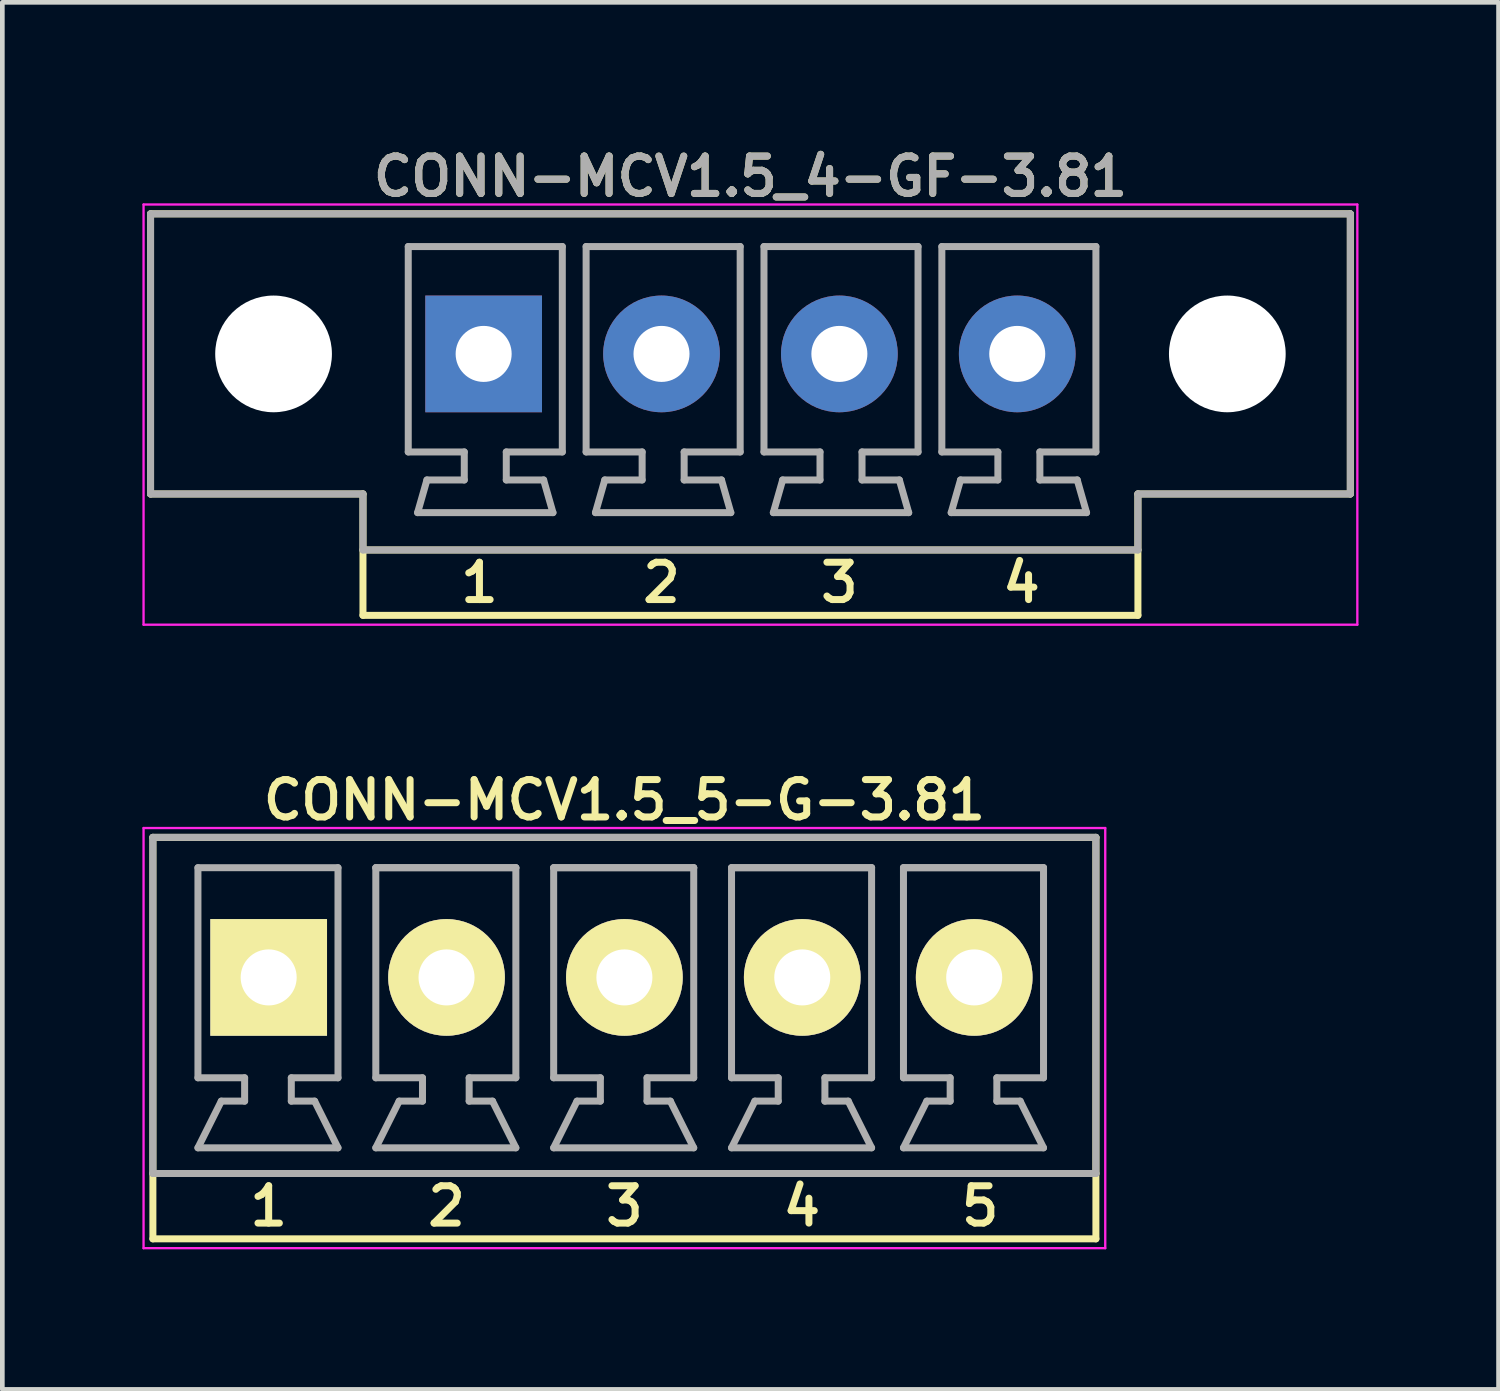
<source format=kicad_pcb>
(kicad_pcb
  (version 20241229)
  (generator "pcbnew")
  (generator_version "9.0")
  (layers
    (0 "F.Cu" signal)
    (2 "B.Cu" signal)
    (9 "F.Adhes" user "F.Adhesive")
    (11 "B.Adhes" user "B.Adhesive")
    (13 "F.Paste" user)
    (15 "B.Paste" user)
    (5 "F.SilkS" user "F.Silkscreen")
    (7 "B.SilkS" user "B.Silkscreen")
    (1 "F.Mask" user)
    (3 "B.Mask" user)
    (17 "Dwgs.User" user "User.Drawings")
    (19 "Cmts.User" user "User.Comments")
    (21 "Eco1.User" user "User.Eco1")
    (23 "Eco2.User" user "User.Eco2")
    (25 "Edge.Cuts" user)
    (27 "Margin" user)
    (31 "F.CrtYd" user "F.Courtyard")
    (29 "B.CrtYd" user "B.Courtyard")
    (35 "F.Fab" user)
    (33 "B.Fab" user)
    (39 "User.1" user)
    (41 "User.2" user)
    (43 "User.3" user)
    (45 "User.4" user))
  (footprint "CONN-MCV1.5_4-GF-3.81"
    (layer "F.Cu")
    (at 13.025 4.531)
    (property "Reference" "CONN-MCV1.5_4-GF-3.81" (at 0 -3.8 0) (layer "F.SilkS") (effects (font (size 0.8 0.8) (thickness 0.15))))
    (attr through_hole)
    (fp_line (start -12.85 -3) (end -12.85 3) (stroke (width 0.15) (type solid)) (layer "F.SilkS"))
    (fp_line (start -12.85 -3) (end 12.85 -3) (stroke (width 0.15) (type solid)) (layer "F.SilkS"))
    (fp_line (start -12.85 3) (end -8.3 3) (stroke (width 0.15) (type solid)) (layer "F.SilkS"))
    (fp_line (start -8.3 3) (end -8.3 5.6) (stroke (width 0.15) (type solid)) (layer "F.SilkS"))
    (fp_line (start -8.3 5.6) (end 8.3 5.6) (stroke (width 0.15) (type solid)) (layer "F.SilkS"))
    (fp_line (start 8.3 3) (end 8.3 5.6) (stroke (width 0.15) (type solid)) (layer "F.SilkS"))
    (fp_line (start 8.3 4.2) (end -8.3 4.2) (stroke (width 0.15) (type solid)) (layer "F.SilkS"))
    (fp_line (start 12.85 -3) (end 12.85 3) (stroke (width 0.15) (type solid)) (layer "F.SilkS"))
    (fp_line (start 12.85 3) (end 8.3 3) (stroke (width 0.15) (type solid)) (layer "F.SilkS"))
    (fp_line (start -13 -3.2) (end 13 -3.2) (stroke (width 0.05) (type solid)) (layer "F.CrtYd"))
    (fp_line (start -13 5.8) (end -13 -3.2) (stroke (width 0.05) (type solid)) (layer "F.CrtYd"))
    (fp_line (start 13 -3.2) (end 13 5.8) (stroke (width 0.05) (type solid)) (layer "F.CrtYd"))
    (fp_line (start 13 5.8) (end -13 5.8) (stroke (width 0.05) (type solid)) (layer "F.CrtYd"))
    (fp_line (start -12.85 -3) (end -12.85 3) (stroke (width 0.15) (type solid)) (layer "F.Fab"))
    (fp_line (start -12.85 -3) (end 12.85 -3) (stroke (width 0.15) (type solid)) (layer "F.Fab"))
    (fp_line (start -12.85 3) (end -8.3 3) (stroke (width 0.15) (type solid)) (layer "F.Fab"))
    (fp_line (start -8.3 3) (end -8.3 4.2) (stroke (width 0.15) (type solid)) (layer "F.Fab"))
    (fp_line (start -7.33 -2.3) (end -7.33 2.1) (stroke (width 0.15) (type solid)) (layer "F.Fab"))
    (fp_line (start -7.33 2.1) (end -6.13 2.1) (stroke (width 0.15) (type solid)) (layer "F.Fab"))
    (fp_line (start -7.13 3.4) (end -4.23 3.4) (stroke (width 0.15) (type solid)) (layer "F.Fab"))
    (fp_line (start -6.93 2.7) (end -7.13 3.4) (stroke (width 0.15) (type solid)) (layer "F.Fab"))
    (fp_line (start -6.13 2.1) (end -6.13 2.7) (stroke (width 0.15) (type solid)) (layer "F.Fab"))
    (fp_line (start -6.13 2.7) (end -6.93 2.7) (stroke (width 0.15) (type solid)) (layer "F.Fab"))
    (fp_line (start -5.23 2.1) (end -4.03 2.1) (stroke (width 0.15) (type solid)) (layer "F.Fab"))
    (fp_line (start -5.23 2.7) (end -5.23 2.1) (stroke (width 0.15) (type solid)) (layer "F.Fab"))
    (fp_line (start -4.43 2.7) (end -5.23 2.7) (stroke (width 0.15) (type solid)) (layer "F.Fab"))
    (fp_line (start -4.23 3.4) (end -4.43 2.7) (stroke (width 0.15) (type solid)) (layer "F.Fab"))
    (fp_line (start -4.03 -2.3) (end -7.33 -2.3) (stroke (width 0.15) (type solid)) (layer "F.Fab"))
    (fp_line (start -4.03 2.1) (end -4.03 -2.3) (stroke (width 0.15) (type solid)) (layer "F.Fab"))
    (fp_line (start -3.52 -2.3) (end -3.52 2.1) (stroke (width 0.15) (type solid)) (layer "F.Fab"))
    (fp_line (start -3.52 2.1) (end -2.32 2.1) (stroke (width 0.15) (type solid)) (layer "F.Fab"))
    (fp_line (start -3.32 3.4) (end -0.42 3.4) (stroke (width 0.15) (type solid)) (layer "F.Fab"))
    (fp_line (start -3.12 2.7) (end -3.32 3.4) (stroke (width 0.15) (type solid)) (layer "F.Fab"))
    (fp_line (start -2.32 2.1) (end -2.32 2.7) (stroke (width 0.15) (type solid)) (layer "F.Fab"))
    (fp_line (start -2.32 2.7) (end -3.12 2.7) (stroke (width 0.15) (type solid)) (layer "F.Fab"))
    (fp_line (start -1.42 2.1) (end -0.22 2.1) (stroke (width 0.15) (type solid)) (layer "F.Fab"))
    (fp_line (start -1.42 2.7) (end -1.42 2.1) (stroke (width 0.15) (type solid)) (layer "F.Fab"))
    (fp_line (start -0.62 2.7) (end -1.42 2.7) (stroke (width 0.15) (type solid)) (layer "F.Fab"))
    (fp_line (start -0.42 3.4) (end -0.62 2.7) (stroke (width 0.15) (type solid)) (layer "F.Fab"))
    (fp_line (start -0.22 -2.3) (end -3.52 -2.3) (stroke (width 0.15) (type solid)) (layer "F.Fab"))
    (fp_line (start -0.22 2.1) (end -0.22 -2.3) (stroke (width 0.15) (type solid)) (layer "F.Fab"))
    (fp_line (start 0.29 -2.3) (end 0.29 2.1) (stroke (width 0.15) (type solid)) (layer "F.Fab"))
    (fp_line (start 0.29 2.1) (end 1.49 2.1) (stroke (width 0.15) (type solid)) (layer "F.Fab"))
    (fp_line (start 0.49 3.4) (end 3.39 3.4) (stroke (width 0.15) (type solid)) (layer "F.Fab"))
    (fp_line (start 0.69 2.7) (end 0.49 3.4) (stroke (width 0.15) (type solid)) (layer "F.Fab"))
    (fp_line (start 1.49 2.1) (end 1.49 2.7) (stroke (width 0.15) (type solid)) (layer "F.Fab"))
    (fp_line (start 1.49 2.7) (end 0.69 2.7) (stroke (width 0.15) (type solid)) (layer "F.Fab"))
    (fp_line (start 2.39 2.1) (end 3.59 2.1) (stroke (width 0.15) (type solid)) (layer "F.Fab"))
    (fp_line (start 2.39 2.7) (end 2.39 2.1) (stroke (width 0.15) (type solid)) (layer "F.Fab"))
    (fp_line (start 3.19 2.7) (end 2.39 2.7) (stroke (width 0.15) (type solid)) (layer "F.Fab"))
    (fp_line (start 3.39 3.4) (end 3.19 2.7) (stroke (width 0.15) (type solid)) (layer "F.Fab"))
    (fp_line (start 3.59 -2.3) (end 0.29 -2.3) (stroke (width 0.15) (type solid)) (layer "F.Fab"))
    (fp_line (start 3.59 2.1) (end 3.59 -2.3) (stroke (width 0.15) (type solid)) (layer "F.Fab"))
    (fp_line (start 4.1 -2.3) (end 4.1 2.1) (stroke (width 0.15) (type solid)) (layer "F.Fab"))
    (fp_line (start 4.1 2.1) (end 5.3 2.1) (stroke (width 0.15) (type solid)) (layer "F.Fab"))
    (fp_line (start 4.3 3.4) (end 7.2 3.4) (stroke (width 0.15) (type solid)) (layer "F.Fab"))
    (fp_line (start 4.5 2.7) (end 4.3 3.4) (stroke (width 0.15) (type solid)) (layer "F.Fab"))
    (fp_line (start 5.3 2.1) (end 5.3 2.7) (stroke (width 0.15) (type solid)) (layer "F.Fab"))
    (fp_line (start 5.3 2.7) (end 4.5 2.7) (stroke (width 0.15) (type solid)) (layer "F.Fab"))
    (fp_line (start 6.2 2.1) (end 7.4 2.1) (stroke (width 0.15) (type solid)) (layer "F.Fab"))
    (fp_line (start 6.2 2.7) (end 6.2 2.1) (stroke (width 0.15) (type solid)) (layer "F.Fab"))
    (fp_line (start 7 2.7) (end 6.2 2.7) (stroke (width 0.15) (type solid)) (layer "F.Fab"))
    (fp_line (start 7.2 3.4) (end 7 2.7) (stroke (width 0.15) (type solid)) (layer "F.Fab"))
    (fp_line (start 7.4 -2.3) (end 4.1 -2.3) (stroke (width 0.15) (type solid)) (layer "F.Fab"))
    (fp_line (start 7.4 2.1) (end 7.4 -2.3) (stroke (width 0.15) (type solid)) (layer "F.Fab"))
    (fp_line (start 8.3 3) (end 8.3 4.2) (stroke (width 0.15) (type solid)) (layer "F.Fab"))
    (fp_line (start 8.3 4.2) (end -8.3 4.2) (stroke (width 0.15) (type solid)) (layer "F.Fab"))
    (fp_line (start 12.85 -3) (end 12.85 3) (stroke (width 0.15) (type solid)) (layer "F.Fab"))
    (fp_line (start 12.85 3) (end 8.3 3) (stroke (width 0.15) (type solid)) (layer "F.Fab"))
    (fp_text user "4" (at 5.805 4.9 0) (layer "F.SilkS") (effects (font (size 0.8 0.8) (thickness 0.15))))
    (fp_text user "3" (at 1.905 4.9 0) (layer "F.SilkS") (effects (font (size 0.8 0.8) (thickness 0.15))))
    (fp_text user "1" (at -5.805 4.9 0) (layer "F.SilkS") (effects (font (size 0.8 0.8) (thickness 0.15))))
    (fp_text user "2" (at -1.905 4.9 0) (layer "F.SilkS") (effects (font (size 0.8 0.8) (thickness 0.15))))
    (fp_text user "${REFERENCE}" (at 0 -3.8 0) (layer "F.Fab") (effects (font (size 0.8 0.8) (thickness 0.15))))
    (pad "" np_thru_hole circle (at -10.215 0) (size 2.5 2.5) (drill 2.5) (layers "*.Cu" "*.Mask"))
    (pad "" np_thru_hole circle (at 10.215 0) (size 2.5 2.5) (drill 2.5) (layers "*.Cu" "*.Mask"))
    (pad "1" thru_hole rect (at -5.715 0) (size 2.5 2.5) (drill 1.2) (layers "*.Cu" "*.Mask"))
    (pad "2" thru_hole circle (at -1.905 0) (size 2.5 2.5) (drill 1.2) (layers "*.Cu" "*.Mask"))
    (pad "3" thru_hole circle (at 1.905 0) (size 2.5 2.5) (drill 1.2) (layers "*.Cu" "*.Mask"))
    (pad "4" thru_hole circle (at 5.715 0) (size 2.5 2.5) (drill 1.2) (layers "*.Cu" "*.Mask")))
  (footprint "CONN-MCV1.5_5-G-3.81"
    (layer "F.Cu")
    (at 10.325 17.887)
    (property "Reference" "CONN-MCV1.5_5-G-3.81" (at 0 -3.8 0) (layer "F.SilkS") (effects (font (size 0.8 0.8) (thickness 0.15))))
    (attr through_hole)
    (fp_line (start -10.1 -3) (end -10.1 5.6) (stroke (width 0.15) (type solid)) (layer "F.SilkS"))
    (fp_line (start -10.1 -3) (end 10.1 -3) (stroke (width 0.15) (type solid)) (layer "F.SilkS"))
    (fp_line (start -10.1 5.6) (end 10.1 5.6) (stroke (width 0.15) (type solid)) (layer "F.SilkS"))
    (fp_line (start 10.1 -3) (end 10.1 5.6) (stroke (width 0.15) (type solid)) (layer "F.SilkS"))
    (fp_line (start 10.1 4.2) (end -10.1 4.2) (stroke (width 0.15) (type solid)) (layer "F.SilkS"))
    (fp_line (start -10.3 -3.2) (end 10.3 -3.2) (stroke (width 0.05) (type solid)) (layer "F.CrtYd"))
    (fp_line (start -10.3 5.8) (end -10.3 -3.2) (stroke (width 0.05) (type solid)) (layer "F.CrtYd"))
    (fp_line (start 10.3 -3.2) (end 10.3 5.8) (stroke (width 0.05) (type solid)) (layer "F.CrtYd"))
    (fp_line (start 10.3 5.8) (end -10.3 5.8) (stroke (width 0.05) (type solid)) (layer "F.CrtYd"))
    (fp_line (start -10.1 -3) (end -10.1 4.2) (stroke (width 0.15) (type solid)) (layer "F.Fab"))
    (fp_line (start -10.1 -3) (end 10.1 -3) (stroke (width 0.15) (type solid)) (layer "F.Fab"))
    (fp_line (start -9.135 -2.35) (end -9.135 2.15) (stroke (width 0.15) (type solid)) (layer "F.Fab"))
    (fp_line (start -9.135 -2.35) (end -6.135 -2.35) (stroke (width 0.15) (type solid)) (layer "F.Fab"))
    (fp_line (start -9.135 3.65) (end -6.135 3.65) (stroke (width 0.15) (type solid)) (layer "F.Fab"))
    (fp_line (start -8.635 2.65) (end -9.135 3.65) (stroke (width 0.15) (type solid)) (layer "F.Fab"))
    (fp_line (start -8.135 2.15) (end -9.135 2.15) (stroke (width 0.15) (type solid)) (layer "F.Fab"))
    (fp_line (start -8.135 2.15) (end -8.135 2.65) (stroke (width 0.15) (type solid)) (layer "F.Fab"))
    (fp_line (start -8.135 2.65) (end -8.635 2.65) (stroke (width 0.15) (type solid)) (layer "F.Fab"))
    (fp_line (start -7.135 2.15) (end -7.135 2.65) (stroke (width 0.15) (type solid)) (layer "F.Fab"))
    (fp_line (start -7.135 2.65) (end -6.635 2.65) (stroke (width 0.15) (type solid)) (layer "F.Fab"))
    (fp_line (start -6.135 -2.35) (end -6.135 2.15) (stroke (width 0.15) (type solid)) (layer "F.Fab"))
    (fp_line (start -6.135 2.15) (end -7.135 2.15) (stroke (width 0.15) (type solid)) (layer "F.Fab"))
    (fp_line (start -6.135 3.65) (end -6.635 2.65) (stroke (width 0.15) (type solid)) (layer "F.Fab"))
    (fp_line (start -5.325 -2.35) (end -5.325 2.15) (stroke (width 0.15) (type solid)) (layer "F.Fab"))
    (fp_line (start -5.325 -2.35) (end -2.325 -2.35) (stroke (width 0.15) (type solid)) (layer "F.Fab"))
    (fp_line (start -5.325 -2.35) (end -2.325 -2.35) (stroke (width 0.15) (type solid)) (layer "F.Fab"))
    (fp_line (start -5.325 3.65) (end -2.325 3.65) (stroke (width 0.15) (type solid)) (layer "F.Fab"))
    (fp_line (start -4.825 2.65) (end -5.325 3.65) (stroke (width 0.15) (type solid)) (layer "F.Fab"))
    (fp_line (start -4.325 2.15) (end -5.325 2.15) (stroke (width 0.15) (type solid)) (layer "F.Fab"))
    (fp_line (start -4.325 2.15) (end -4.325 2.65) (stroke (width 0.15) (type solid)) (layer "F.Fab"))
    (fp_line (start -4.325 2.65) (end -4.825 2.65) (stroke (width 0.15) (type solid)) (layer "F.Fab"))
    (fp_line (start -3.325 2.15) (end -3.325 2.65) (stroke (width 0.15) (type solid)) (layer "F.Fab"))
    (fp_line (start -3.325 2.65) (end -2.825 2.65) (stroke (width 0.15) (type solid)) (layer "F.Fab"))
    (fp_line (start -2.325 -2.35) (end -2.325 2.15) (stroke (width 0.15) (type solid)) (layer "F.Fab"))
    (fp_line (start -2.325 2.15) (end -3.325 2.15) (stroke (width 0.15) (type solid)) (layer "F.Fab"))
    (fp_line (start -2.325 3.65) (end -2.825 2.65) (stroke (width 0.15) (type solid)) (layer "F.Fab"))
    (fp_line (start -1.515 -2.35) (end -1.515 2.15) (stroke (width 0.15) (type solid)) (layer "F.Fab"))
    (fp_line (start -1.515 -2.35) (end 1.485 -2.35) (stroke (width 0.15) (type solid)) (layer "F.Fab"))
    (fp_line (start -1.515 -2.35) (end 1.485 -2.35) (stroke (width 0.15) (type solid)) (layer "F.Fab"))
    (fp_line (start -1.515 3.65) (end 1.485 3.65) (stroke (width 0.15) (type solid)) (layer "F.Fab"))
    (fp_line (start -1.015 2.65) (end -1.515 3.65) (stroke (width 0.15) (type solid)) (layer "F.Fab"))
    (fp_line (start -0.515 2.15) (end -1.515 2.15) (stroke (width 0.15) (type solid)) (layer "F.Fab"))
    (fp_line (start -0.515 2.15) (end -0.515 2.65) (stroke (width 0.15) (type solid)) (layer "F.Fab"))
    (fp_line (start -0.515 2.65) (end -1.015 2.65) (stroke (width 0.15) (type solid)) (layer "F.Fab"))
    (fp_line (start 0.485 2.15) (end 0.485 2.65) (stroke (width 0.15) (type solid)) (layer "F.Fab"))
    (fp_line (start 0.485 2.65) (end 0.985 2.65) (stroke (width 0.15) (type solid)) (layer "F.Fab"))
    (fp_line (start 1.485 -2.35) (end 1.485 2.15) (stroke (width 0.15) (type solid)) (layer "F.Fab"))
    (fp_line (start 1.485 2.15) (end 0.485 2.15) (stroke (width 0.15) (type solid)) (layer "F.Fab"))
    (fp_line (start 1.485 3.65) (end 0.985 2.65) (stroke (width 0.15) (type solid)) (layer "F.Fab"))
    (fp_line (start 2.295 -2.35) (end 2.295 2.15) (stroke (width 0.15) (type solid)) (layer "F.Fab"))
    (fp_line (start 2.295 -2.35) (end 5.295 -2.35) (stroke (width 0.15) (type solid)) (layer "F.Fab"))
    (fp_line (start 2.295 -2.35) (end 5.295 -2.35) (stroke (width 0.15) (type solid)) (layer "F.Fab"))
    (fp_line (start 2.295 3.65) (end 5.295 3.65) (stroke (width 0.15) (type solid)) (layer "F.Fab"))
    (fp_line (start 2.795 2.65) (end 2.295 3.65) (stroke (width 0.15) (type solid)) (layer "F.Fab"))
    (fp_line (start 3.295 2.15) (end 2.295 2.15) (stroke (width 0.15) (type solid)) (layer "F.Fab"))
    (fp_line (start 3.295 2.15) (end 3.295 2.65) (stroke (width 0.15) (type solid)) (layer "F.Fab"))
    (fp_line (start 3.295 2.65) (end 2.795 2.65) (stroke (width 0.15) (type solid)) (layer "F.Fab"))
    (fp_line (start 4.295 2.15) (end 4.295 2.65) (stroke (width 0.15) (type solid)) (layer "F.Fab"))
    (fp_line (start 4.295 2.65) (end 4.795 2.65) (stroke (width 0.15) (type solid)) (layer "F.Fab"))
    (fp_line (start 5.295 -2.35) (end 5.295 2.15) (stroke (width 0.15) (type solid)) (layer "F.Fab"))
    (fp_line (start 5.295 2.15) (end 4.295 2.15) (stroke (width 0.15) (type solid)) (layer "F.Fab"))
    (fp_line (start 5.295 3.65) (end 4.795 2.65) (stroke (width 0.15) (type solid)) (layer "F.Fab"))
    (fp_line (start 5.978 -2.35) (end 5.978 2.15) (stroke (width 0.15) (type solid)) (layer "F.Fab"))
    (fp_line (start 5.978 -2.35) (end 8.978 -2.35) (stroke (width 0.15) (type solid)) (layer "F.Fab"))
    (fp_line (start 5.978 -2.35) (end 8.978 -2.35) (stroke (width 0.15) (type solid)) (layer "F.Fab"))
    (fp_line (start 5.978 3.65) (end 8.978 3.65) (stroke (width 0.15) (type solid)) (layer "F.Fab"))
    (fp_line (start 6.478 2.65) (end 5.978 3.65) (stroke (width 0.15) (type solid)) (layer "F.Fab"))
    (fp_line (start 6.978 2.15) (end 5.978 2.15) (stroke (width 0.15) (type solid)) (layer "F.Fab"))
    (fp_line (start 6.978 2.15) (end 6.978 2.65) (stroke (width 0.15) (type solid)) (layer "F.Fab"))
    (fp_line (start 6.978 2.65) (end 6.478 2.65) (stroke (width 0.15) (type solid)) (layer "F.Fab"))
    (fp_line (start 7.978 2.15) (end 7.978 2.65) (stroke (width 0.15) (type solid)) (layer "F.Fab"))
    (fp_line (start 7.978 2.65) (end 8.478 2.65) (stroke (width 0.15) (type solid)) (layer "F.Fab"))
    (fp_line (start 8.978 -2.35) (end 8.978 2.15) (stroke (width 0.15) (type solid)) (layer "F.Fab"))
    (fp_line (start 8.978 2.15) (end 7.978 2.15) (stroke (width 0.15) (type solid)) (layer "F.Fab"))
    (fp_line (start 8.978 3.65) (end 8.478 2.65) (stroke (width 0.15) (type solid)) (layer "F.Fab"))
    (fp_line (start 10.1 -3) (end 10.1 4.2) (stroke (width 0.15) (type solid)) (layer "F.Fab"))
    (fp_line (start 10.1 4.2) (end -10.1 4.2) (stroke (width 0.15) (type solid)) (layer "F.Fab"))
    (fp_text user "5" (at 7.62 4.9 0) (layer "F.SilkS") (effects (font (size 0.8 0.8) (thickness 0.15))))
    (fp_text user "1" (at -7.62 4.9 0) (layer "F.SilkS") (effects (font (size 0.8 0.8) (thickness 0.15))))
    (fp_text user "3" (at 0 4.9 0) (layer "F.SilkS") (effects (font (size 0.8 0.8) (thickness 0.15))))
    (fp_text user "2" (at -3.81 4.9 0) (layer "F.SilkS") (effects (font (size 0.8 0.8) (thickness 0.15))))
    (fp_text user "4" (at 3.8 4.9 0) (layer "F.SilkS") (effects (font (size 0.8 0.8) (thickness 0.15))))
    (pad "1" thru_hole rect (at -7.62 0) (size 2.5 2.5) (drill 1.2) (layers "*.Cu" "*.Mask" "F.SilkS"))
    (pad "2" thru_hole circle (at -3.81 0) (size 2.5 2.5) (drill 1.2) (layers "*.Cu" "*.Mask" "F.SilkS"))
    (pad "3" thru_hole circle (at 0 0) (size 2.5 2.5) (drill 1.2) (layers "*.Cu" "*.Mask" "F.SilkS"))
    (pad "4" thru_hole circle (at 3.81 0) (size 2.5 2.5) (drill 1.2) (layers "*.Cu" "*.Mask" "F.SilkS"))
    (pad "5" thru_hole circle (at 7.493 0) (size 2.5 2.5) (drill 1.2) (layers "*.Cu" "*.Mask" "F.SilkS")))
  (gr_rect
    (start -3 -3)
    (end 29.05 26.712)
    (stroke (width 0.1) (type default))
    (fill no)
    (layer "Edge.Cuts")))
</source>
